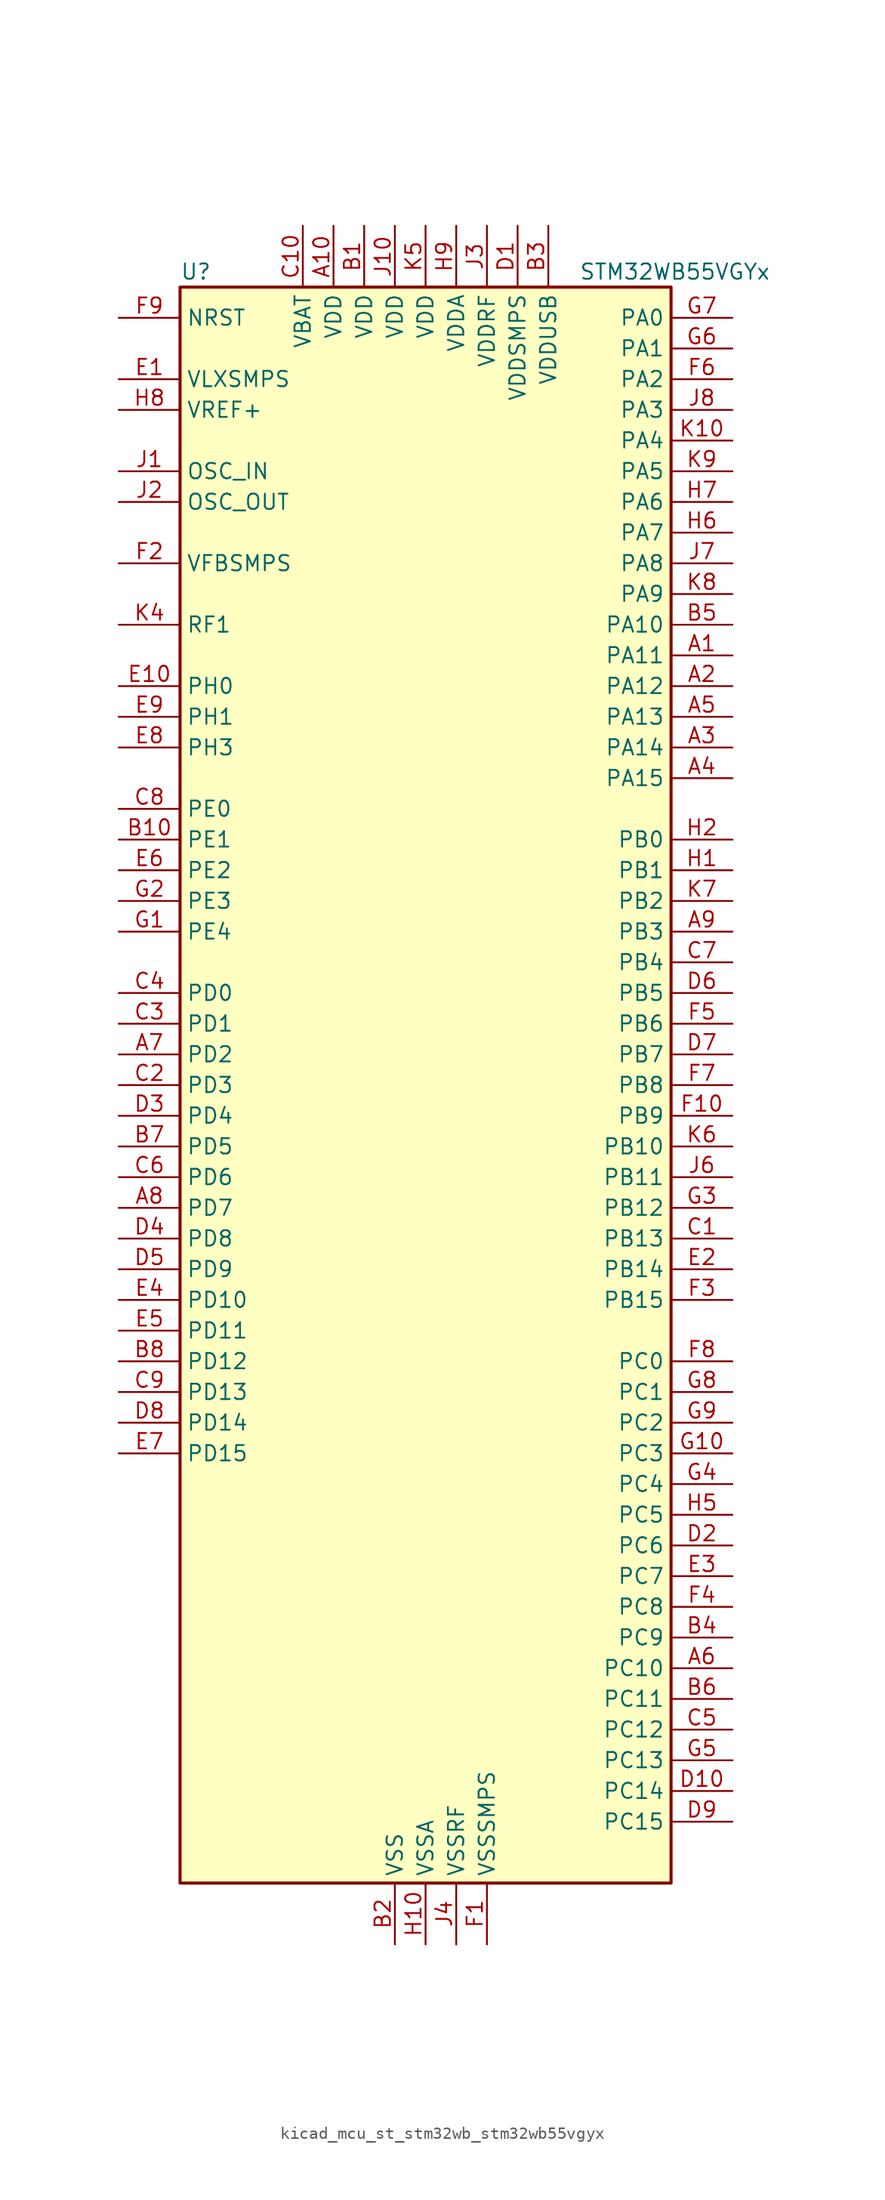
<source format=kicad_sym>
(kicad_symbol_lib
  (version 20220914)
  (generator kicad_symbol_editor)
  (symbol "kicad_mcu_st_stm32wb_stm32wb55vgyx"
    (property "Reference" "U"
      (at -20.32 67.31 0)
      (effects (font (size 1.27 1.27)) (justify left)))
    (property "Value" "STM32WB55VGYx"
      (at 12.7 67.31 0)
      (effects (font (size 1.27 1.27)) (justify left)))
    (property "ki_locked" ""
      (at 0 0 0)
      (effects (font (size 1.27 1.27))))
    (symbol "kicad_mcu_st_stm32wb_stm32wb55vgyx_0_1"
      (rectangle (start -20.32 -66.04) (end 20.32 66.04) (stroke (width 0.254) (type default)) (fill (type background))))
    (symbol "kicad_mcu_st_stm32wb_stm32wb55vgyx_1_1"
      (pin bidirectional line (at 25.4 35.56 180) (length 5.08) (name "PA11" (effects (font (size 1.27 1.27)))) (number "A1" (effects (font (size 1.27 1.27)))) (alternate "ADC1_EXTI11" bidirectional line) (alternate "SPI1_MISO" bidirectional line) (alternate "TIM1_BKIN2" bidirectional line) (alternate "TIM1_CH4" bidirectional line) (alternate "USART1_CTS" bidirectional line) (alternate "USART1_NSS" bidirectional line) (alternate "USB_DM" bidirectional line))
      (pin power_in line (at -7.62 71.12 270) (length 5.08) (name "VDD" (effects (font (size 1.27 1.27)))) (number "A10" (effects (font (size 1.27 1.27)))))
      (pin bidirectional line (at 25.4 33.02 180) (length 5.08) (name "PA12" (effects (font (size 1.27 1.27)))) (number "A2" (effects (font (size 1.27 1.27)))) (alternate "LPUART1_RX" bidirectional line) (alternate "SPI1_MOSI" bidirectional line) (alternate "TIM1_ETR" bidirectional line) (alternate "USART1_DE" bidirectional line) (alternate "USART1_RTS" bidirectional line) (alternate "USB_DP" bidirectional line))
      (pin bidirectional line (at 25.4 27.94 180) (length 5.08) (name "PA14" (effects (font (size 1.27 1.27)))) (number "A3" (effects (font (size 1.27 1.27)))) (alternate "I2C1_SMBA" bidirectional line) (alternate "LCD_SEG5" bidirectional line) (alternate "LPTIM1_OUT" bidirectional line) (alternate "SAI1_FS_B" bidirectional line) (alternate "SYS_JTCK-SWCLK" bidirectional line))
      (pin bidirectional line (at 25.4 25.4 180) (length 5.08) (name "PA15" (effects (font (size 1.27 1.27)))) (number "A4" (effects (font (size 1.27 1.27)))) (alternate "ADC1_EXTI15" bidirectional line) (alternate "LCD_SEG17" bidirectional line) (alternate "RCC_MCO" bidirectional line) (alternate "SPI1_NSS" bidirectional line) (alternate "SYS_JTDI" bidirectional line) (alternate "TIM2_CH1" bidirectional line) (alternate "TIM2_ETR" bidirectional line) (alternate "TSC_G3_IO1" bidirectional line))
      (pin bidirectional line (at 25.4 30.48 180) (length 5.08) (name "PA13" (effects (font (size 1.27 1.27)))) (number "A5" (effects (font (size 1.27 1.27)))) (alternate "IR_OUT" bidirectional line) (alternate "SAI1_SD_B" bidirectional line) (alternate "SYS_JTMS-SWDIO" bidirectional line) (alternate "USB_NOE" bidirectional line))
      (pin bidirectional line (at 25.4 -48.26 180) (length 5.08) (name "PC10" (effects (font (size 1.27 1.27)))) (number "A6" (effects (font (size 1.27 1.27)))) (alternate "LCD_COM4" bidirectional line) (alternate "LCD_SEG28" bidirectional line) (alternate "LCD_SEG40" bidirectional line) (alternate "SYS_TRACED1" bidirectional line) (alternate "TSC_G3_IO2" bidirectional line))
      (pin bidirectional line (at -25.4 2.54 0) (length 5.08) (name "PD2" (effects (font (size 1.27 1.27)))) (number "A7" (effects (font (size 1.27 1.27)))) (alternate "LCD_COM7" bidirectional line) (alternate "LCD_SEG31" bidirectional line) (alternate "LCD_SEG43" bidirectional line) (alternate "SYS_TRACED2" bidirectional line) (alternate "TSC_SYNC" bidirectional line))
      (pin bidirectional line (at -25.4 -10.16 0) (length 5.08) (name "PD7" (effects (font (size 1.27 1.27)))) (number "A8" (effects (font (size 1.27 1.27)))) (alternate "LCD_SEG39" bidirectional line) (alternate "QUADSPI_BK1_IO3" bidirectional line) (alternate "TSC_G5_IO4" bidirectional line))
      (pin bidirectional line (at 25.4 12.7 180) (length 5.08) (name "PB3" (effects (font (size 1.27 1.27)))) (number "A9" (effects (font (size 1.27 1.27)))) (alternate "COMP2_INM" bidirectional line) (alternate "LCD_SEG7" bidirectional line) (alternate "SAI1_SCK_B" bidirectional line) (alternate "SPI1_SCK" bidirectional line) (alternate "SYS_JTDO-SWO" bidirectional line) (alternate "TIM2_CH2" bidirectional line) (alternate "USART1_DE" bidirectional line) (alternate "USART1_RTS" bidirectional line))
      (pin power_in line (at -5.08 71.12 270) (length 5.08) (name "VDD" (effects (font (size 1.27 1.27)))) (number "B1" (effects (font (size 1.27 1.27)))))
      (pin bidirectional line (at -25.4 20.32 0) (length 5.08) (name "PE1" (effects (font (size 1.27 1.27)))) (number "B10" (effects (font (size 1.27 1.27)))) (alternate "LCD_SEG37" bidirectional line) (alternate "TIM17_CH1" bidirectional line) (alternate "TSC_G7_IO2" bidirectional line))
      (pin power_in line (at -2.54 -71.12 90) (length 5.08) (name "VSS" (effects (font (size 1.27 1.27)))) (number "B2" (effects (font (size 1.27 1.27)))))
      (pin power_in line (at 10.16 71.12 270) (length 5.08) (name "VDDUSB" (effects (font (size 1.27 1.27)))) (number "B3" (effects (font (size 1.27 1.27)))))
      (pin bidirectional line (at 25.4 -45.72 180) (length 5.08) (name "PC9" (effects (font (size 1.27 1.27)))) (number "B4" (effects (font (size 1.27 1.27)))) (alternate "LCD_SEG27" bidirectional line) (alternate "SAI1_SCK_B" bidirectional line) (alternate "TIM1_BKIN" bidirectional line) (alternate "TSC_G4_IO4" bidirectional line) (alternate "USB_NOE" bidirectional line))
      (pin bidirectional line (at 25.4 38.1 180) (length 5.08) (name "PA10" (effects (font (size 1.27 1.27)))) (number "B5" (effects (font (size 1.27 1.27)))) (alternate "CRS_SYNC" bidirectional line) (alternate "I2C1_SDA" bidirectional line) (alternate "LCD_COM2" bidirectional line) (alternate "SAI1_D1" bidirectional line) (alternate "SAI1_SD_A" bidirectional line) (alternate "TIM17_BKIN" bidirectional line) (alternate "TIM1_CH3" bidirectional line) (alternate "USART1_RX" bidirectional line))
      (pin bidirectional line (at 25.4 -50.8 180) (length 5.08) (name "PC11" (effects (font (size 1.27 1.27)))) (number "B6" (effects (font (size 1.27 1.27)))) (alternate "ADC1_EXTI11" bidirectional line) (alternate "LCD_COM5" bidirectional line) (alternate "LCD_SEG29" bidirectional line) (alternate "LCD_SEG41" bidirectional line) (alternate "TSC_G3_IO3" bidirectional line))
      (pin bidirectional line (at -25.4 -5.08 0) (length 5.08) (name "PD5" (effects (font (size 1.27 1.27)))) (number "B7" (effects (font (size 1.27 1.27)))) (alternate "QUADSPI_BK1_IO1" bidirectional line) (alternate "SAI1_MCLK_B" bidirectional line) (alternate "TSC_G5_IO2" bidirectional line))
      (pin bidirectional line (at -25.4 -22.86 0) (length 5.08) (name "PD12" (effects (font (size 1.27 1.27)))) (number "B8" (effects (font (size 1.27 1.27)))) (alternate "LCD_SEG32" bidirectional line) (alternate "LPTIM2_IN1" bidirectional line) (alternate "TSC_G6_IO3" bidirectional line))
      (pin passive line (at -2.54 -71.12 90) (length 5.08) hide (name "VSS" (effects (font (size 1.27 1.27)))) (number "B9" (effects (font (size 1.27 1.27)))))
      (pin bidirectional line (at 25.4 -12.7 180) (length 5.08) (name "PB13" (effects (font (size 1.27 1.27)))) (number "C1" (effects (font (size 1.27 1.27)))) (alternate "I2C3_SCL" bidirectional line) (alternate "LCD_SEG13" bidirectional line) (alternate "LPUART1_CTS" bidirectional line) (alternate "SAI1_SCK_A" bidirectional line) (alternate "SPI2_SCK" bidirectional line) (alternate "TIM1_CH1N" bidirectional line) (alternate "TSC_G1_IO2" bidirectional line))
      (pin power_in line (at -10.16 71.12 270) (length 5.08) (name "VBAT" (effects (font (size 1.27 1.27)))) (number "C10" (effects (font (size 1.27 1.27)))))
      (pin bidirectional line (at -25.4 0 0) (length 5.08) (name "PD3" (effects (font (size 1.27 1.27)))) (number "C2" (effects (font (size 1.27 1.27)))) (alternate "QUADSPI_BK1_NCS" bidirectional line) (alternate "SPI2_MISO" bidirectional line) (alternate "SPI2_SCK" bidirectional line))
      (pin bidirectional line (at -25.4 5.08 0) (length 5.08) (name "PD1" (effects (font (size 1.27 1.27)))) (number "C3" (effects (font (size 1.27 1.27)))) (alternate "SPI2_SCK" bidirectional line))
      (pin bidirectional line (at -25.4 7.62 0) (length 5.08) (name "PD0" (effects (font (size 1.27 1.27)))) (number "C4" (effects (font (size 1.27 1.27)))) (alternate "SPI2_NSS" bidirectional line))
      (pin bidirectional line (at 25.4 -53.34 180) (length 5.08) (name "PC12" (effects (font (size 1.27 1.27)))) (number "C5" (effects (font (size 1.27 1.27)))) (alternate "LCD_COM6" bidirectional line) (alternate "LCD_SEG30" bidirectional line) (alternate "LCD_SEG42" bidirectional line) (alternate "RCC_LSCO" bidirectional line) (alternate "RTC_TAMP3" bidirectional line) (alternate "SYS_TRACED3" bidirectional line) (alternate "SYS_WKUP3" bidirectional line) (alternate "TSC_G3_IO4" bidirectional line))
      (pin bidirectional line (at -25.4 -7.62 0) (length 5.08) (name "PD6" (effects (font (size 1.27 1.27)))) (number "C6" (effects (font (size 1.27 1.27)))) (alternate "QUADSPI_BK1_IO2" bidirectional line) (alternate "SAI1_D1" bidirectional line) (alternate "SAI1_SD_A" bidirectional line) (alternate "TSC_G5_IO3" bidirectional line))
      (pin bidirectional line (at 25.4 10.16 180) (length 5.08) (name "PB4" (effects (font (size 1.27 1.27)))) (number "C7" (effects (font (size 1.27 1.27)))) (alternate "COMP2_INP" bidirectional line) (alternate "I2C3_SDA" bidirectional line) (alternate "LCD_SEG8" bidirectional line) (alternate "SAI1_MCLK_B" bidirectional line) (alternate "SPI1_MISO" bidirectional line) (alternate "SYS_JTRST" bidirectional line) (alternate "TIM17_BKIN" bidirectional line) (alternate "TSC_G2_IO1" bidirectional line) (alternate "USART1_CTS" bidirectional line) (alternate "USART1_NSS" bidirectional line))
      (pin bidirectional line (at -25.4 22.86 0) (length 5.08) (name "PE0" (effects (font (size 1.27 1.27)))) (number "C8" (effects (font (size 1.27 1.27)))) (alternate "LCD_SEG36" bidirectional line) (alternate "TIM16_CH1" bidirectional line) (alternate "TIM1_ETR" bidirectional line) (alternate "TSC_G7_IO3" bidirectional line))
      (pin bidirectional line (at -25.4 -25.4 0) (length 5.08) (name "PD13" (effects (font (size 1.27 1.27)))) (number "C9" (effects (font (size 1.27 1.27)))) (alternate "LCD_SEG33" bidirectional line) (alternate "LPTIM2_OUT" bidirectional line) (alternate "TSC_G6_IO4" bidirectional line))
      (pin power_in line (at 7.62 71.12 270) (length 5.08) (name "VDDSMPS" (effects (font (size 1.27 1.27)))) (number "D1" (effects (font (size 1.27 1.27)))))
      (pin bidirectional line (at 25.4 -58.42 180) (length 5.08) (name "PC14" (effects (font (size 1.27 1.27)))) (number "D10" (effects (font (size 1.27 1.27)))) (alternate "RCC_OSC32_IN" bidirectional line))
      (pin bidirectional line (at 25.4 -38.1 180) (length 5.08) (name "PC6" (effects (font (size 1.27 1.27)))) (number "D2" (effects (font (size 1.27 1.27)))) (alternate "LCD_SEG24" bidirectional line) (alternate "TSC_G4_IO1" bidirectional line))
      (pin bidirectional line (at -25.4 -2.54 0) (length 5.08) (name "PD4" (effects (font (size 1.27 1.27)))) (number "D3" (effects (font (size 1.27 1.27)))) (alternate "QUADSPI_BK1_IO0" bidirectional line) (alternate "SPI2_MOSI" bidirectional line) (alternate "TSC_G5_IO1" bidirectional line))
      (pin bidirectional line (at -25.4 -12.7 0) (length 5.08) (name "PD8" (effects (font (size 1.27 1.27)))) (number "D4" (effects (font (size 1.27 1.27)))) (alternate "LCD_SEG28" bidirectional line) (alternate "TIM1_BKIN2" bidirectional line))
      (pin bidirectional line (at -25.4 -15.24 0) (length 5.08) (name "PD9" (effects (font (size 1.27 1.27)))) (number "D5" (effects (font (size 1.27 1.27)))) (alternate "LCD_SEG29" bidirectional line) (alternate "SYS_TRACED0" bidirectional line))
      (pin bidirectional line (at 25.4 7.62 180) (length 5.08) (name "PB5" (effects (font (size 1.27 1.27)))) (number "D6" (effects (font (size 1.27 1.27)))) (alternate "COMP2_OUT" bidirectional line) (alternate "I2C1_SMBA" bidirectional line) (alternate "LCD_SEG9" bidirectional line) (alternate "LPTIM1_IN1" bidirectional line) (alternate "LPUART1_TX" bidirectional line) (alternate "SAI1_SD_B" bidirectional line) (alternate "SPI1_MOSI" bidirectional line) (alternate "TIM16_BKIN" bidirectional line) (alternate "TSC_G2_IO2" bidirectional line) (alternate "USART1_CK" bidirectional line))
      (pin bidirectional line (at 25.4 2.54 180) (length 5.08) (name "PB7" (effects (font (size 1.27 1.27)))) (number "D7" (effects (font (size 1.27 1.27)))) (alternate "COMP2_INM" bidirectional line) (alternate "I2C1_SDA" bidirectional line) (alternate "LCD_SEG21" bidirectional line) (alternate "LPTIM1_IN2" bidirectional line) (alternate "SYS_PVD_IN" bidirectional line) (alternate "TIM17_CH1N" bidirectional line) (alternate "TIM1_BKIN" bidirectional line) (alternate "TSC_G2_IO4" bidirectional line) (alternate "USART1_RX" bidirectional line))
      (pin bidirectional line (at -25.4 -27.94 0) (length 5.08) (name "PD14" (effects (font (size 1.27 1.27)))) (number "D8" (effects (font (size 1.27 1.27)))) (alternate "LCD_SEG34" bidirectional line) (alternate "TIM1_CH1" bidirectional line))
      (pin bidirectional line (at 25.4 -60.96 180) (length 5.08) (name "PC15" (effects (font (size 1.27 1.27)))) (number "D9" (effects (font (size 1.27 1.27)))) (alternate "ADC1_EXTI15" bidirectional line) (alternate "RCC_OSC32_OUT" bidirectional line))
      (pin power_in line (at -25.4 58.42 0) (length 5.08) (name "VLXSMPS" (effects (font (size 1.27 1.27)))) (number "E1" (effects (font (size 1.27 1.27)))))
      (pin bidirectional line (at -25.4 33.02 0) (length 5.08) (name "PH0" (effects (font (size 1.27 1.27)))) (number "E10" (effects (font (size 1.27 1.27)))))
      (pin bidirectional line (at 25.4 -15.24 180) (length 5.08) (name "PB14" (effects (font (size 1.27 1.27)))) (number "E2" (effects (font (size 1.27 1.27)))) (alternate "I2C3_SDA" bidirectional line) (alternate "LCD_SEG14" bidirectional line) (alternate "SAI1_MCLK_A" bidirectional line) (alternate "SPI2_MISO" bidirectional line) (alternate "TIM1_CH2N" bidirectional line) (alternate "TSC_G1_IO3" bidirectional line))
      (pin bidirectional line (at 25.4 -40.64 180) (length 5.08) (name "PC7" (effects (font (size 1.27 1.27)))) (number "E3" (effects (font (size 1.27 1.27)))) (alternate "LCD_SEG25" bidirectional line) (alternate "TSC_G4_IO2" bidirectional line))
      (pin bidirectional line (at -25.4 -17.78 0) (length 5.08) (name "PD10" (effects (font (size 1.27 1.27)))) (number "E4" (effects (font (size 1.27 1.27)))) (alternate "LCD_SEG30" bidirectional line) (alternate "SYS_TRIG_INOUT" bidirectional line) (alternate "TSC_G6_IO1" bidirectional line))
      (pin bidirectional line (at -25.4 -20.32 0) (length 5.08) (name "PD11" (effects (font (size 1.27 1.27)))) (number "E5" (effects (font (size 1.27 1.27)))) (alternate "ADC1_EXTI11" bidirectional line) (alternate "LCD_SEG31" bidirectional line) (alternate "LPTIM2_ETR" bidirectional line) (alternate "TSC_G6_IO2" bidirectional line))
      (pin bidirectional line (at -25.4 17.78 0) (length 5.08) (name "PE2" (effects (font (size 1.27 1.27)))) (number "E6" (effects (font (size 1.27 1.27)))) (alternate "LCD_SEG38" bidirectional line) (alternate "SAI1_CK1" bidirectional line) (alternate "SAI1_MCLK_A" bidirectional line) (alternate "SYS_TRACECLK" bidirectional line) (alternate "TSC_G7_IO1" bidirectional line))
      (pin bidirectional line (at -25.4 -30.48 0) (length 5.08) (name "PD15" (effects (font (size 1.27 1.27)))) (number "E7" (effects (font (size 1.27 1.27)))) (alternate "ADC1_EXTI15" bidirectional line) (alternate "LCD_SEG35" bidirectional line) (alternate "TIM1_CH2" bidirectional line))
      (pin bidirectional line (at -25.4 27.94 0) (length 5.08) (name "PH3" (effects (font (size 1.27 1.27)))) (number "E8" (effects (font (size 1.27 1.27)))) (alternate "RCC_LSCO" bidirectional line))
      (pin bidirectional line (at -25.4 30.48 0) (length 5.08) (name "PH1" (effects (font (size 1.27 1.27)))) (number "E9" (effects (font (size 1.27 1.27)))))
      (pin power_in line (at 5.08 -71.12 90) (length 5.08) (name "VSSSMPS" (effects (font (size 1.27 1.27)))) (number "F1" (effects (font (size 1.27 1.27)))))
      (pin bidirectional line (at 25.4 -2.54 180) (length 5.08) (name "PB9" (effects (font (size 1.27 1.27)))) (number "F10" (effects (font (size 1.27 1.27)))) (alternate "I2C1_SDA" bidirectional line) (alternate "IR_OUT" bidirectional line) (alternate "LCD_COM3" bidirectional line) (alternate "QUADSPI_BK1_IO0" bidirectional line) (alternate "SAI1_D2" bidirectional line) (alternate "SAI1_FS_A" bidirectional line) (alternate "SPI2_NSS" bidirectional line) (alternate "TIM17_CH1" bidirectional line) (alternate "TIM1_CH3N" bidirectional line) (alternate "TSC_G7_IO4" bidirectional line))
      (pin input line (at -25.4 43.18 0) (length 5.08) (name "VFBSMPS" (effects (font (size 1.27 1.27)))) (number "F2" (effects (font (size 1.27 1.27)))))
      (pin bidirectional line (at 25.4 -17.78 180) (length 5.08) (name "PB15" (effects (font (size 1.27 1.27)))) (number "F3" (effects (font (size 1.27 1.27)))) (alternate "ADC1_EXTI15" bidirectional line) (alternate "LCD_SEG15" bidirectional line) (alternate "RTC_REFIN" bidirectional line) (alternate "SAI1_SD_A" bidirectional line) (alternate "SPI2_MOSI" bidirectional line) (alternate "TIM1_CH3N" bidirectional line) (alternate "TSC_G1_IO4" bidirectional line))
      (pin bidirectional line (at 25.4 -43.18 180) (length 5.08) (name "PC8" (effects (font (size 1.27 1.27)))) (number "F4" (effects (font (size 1.27 1.27)))) (alternate "LCD_SEG26" bidirectional line) (alternate "TSC_G4_IO3" bidirectional line))
      (pin bidirectional line (at 25.4 5.08 180) (length 5.08) (name "PB6" (effects (font (size 1.27 1.27)))) (number "F5" (effects (font (size 1.27 1.27)))) (alternate "COMP2_INP" bidirectional line) (alternate "I2C1_SCL" bidirectional line) (alternate "LCD_SEG6" bidirectional line) (alternate "LPTIM1_ETR" bidirectional line) (alternate "RCC_MCO" bidirectional line) (alternate "SAI1_FS_B" bidirectional line) (alternate "TIM16_CH1N" bidirectional line) (alternate "TSC_G2_IO3" bidirectional line) (alternate "USART1_TX" bidirectional line))
      (pin bidirectional line (at 25.4 58.42 180) (length 5.08) (name "PA2" (effects (font (size 1.27 1.27)))) (number "F6" (effects (font (size 1.27 1.27)))) (alternate "ADC1_IN7" bidirectional line) (alternate "COMP2_INM" bidirectional line) (alternate "COMP2_OUT" bidirectional line) (alternate "LCD_SEG1" bidirectional line) (alternate "LPUART1_TX" bidirectional line) (alternate "QUADSPI_BK1_NCS" bidirectional line) (alternate "RCC_LSCO" bidirectional line) (alternate "SYS_WKUP4" bidirectional line) (alternate "TIM2_CH3" bidirectional line))
      (pin bidirectional line (at 25.4 0 180) (length 5.08) (name "PB8" (effects (font (size 1.27 1.27)))) (number "F7" (effects (font (size 1.27 1.27)))) (alternate "I2C1_SCL" bidirectional line) (alternate "LCD_SEG16" bidirectional line) (alternate "QUADSPI_BK1_IO1" bidirectional line) (alternate "SAI1_CK1" bidirectional line) (alternate "SAI1_MCLK_A" bidirectional line) (alternate "TIM16_CH1" bidirectional line) (alternate "TIM1_CH2N" bidirectional line))
      (pin bidirectional line (at 25.4 -22.86 180) (length 5.08) (name "PC0" (effects (font (size 1.27 1.27)))) (number "F8" (effects (font (size 1.27 1.27)))) (alternate "ADC1_IN1" bidirectional line) (alternate "I2C3_SCL" bidirectional line) (alternate "LCD_SEG18" bidirectional line) (alternate "LPTIM1_IN1" bidirectional line) (alternate "LPTIM2_IN1" bidirectional line) (alternate "LPUART1_RX" bidirectional line))
      (pin input line (at -25.4 63.5 0) (length 5.08) (name "NRST" (effects (font (size 1.27 1.27)))) (number "F9" (effects (font (size 1.27 1.27)))))
      (pin bidirectional line (at -25.4 12.7 0) (length 5.08) (name "PE4" (effects (font (size 1.27 1.27)))) (number "G1" (effects (font (size 1.27 1.27)))))
      (pin bidirectional line (at 25.4 -30.48 180) (length 5.08) (name "PC3" (effects (font (size 1.27 1.27)))) (number "G10" (effects (font (size 1.27 1.27)))) (alternate "ADC1_IN4" bidirectional line) (alternate "LCD_VLCD" bidirectional line) (alternate "LPTIM1_ETR" bidirectional line) (alternate "LPTIM2_ETR" bidirectional line) (alternate "SAI1_D1" bidirectional line) (alternate "SAI1_SD_A" bidirectional line) (alternate "SPI2_MOSI" bidirectional line))
      (pin bidirectional line (at -25.4 15.24 0) (length 5.08) (name "PE3" (effects (font (size 1.27 1.27)))) (number "G2" (effects (font (size 1.27 1.27)))))
      (pin bidirectional line (at 25.4 -10.16 180) (length 5.08) (name "PB12" (effects (font (size 1.27 1.27)))) (number "G3" (effects (font (size 1.27 1.27)))) (alternate "I2C3_SMBA" bidirectional line) (alternate "LCD_SEG12" bidirectional line) (alternate "LPUART1_DE" bidirectional line) (alternate "LPUART1_RTS" bidirectional line) (alternate "SAI1_FS_A" bidirectional line) (alternate "SPI2_NSS" bidirectional line) (alternate "TIM1_BKIN" bidirectional line) (alternate "TSC_G1_IO1" bidirectional line))
      (pin bidirectional line (at 25.4 -33.02 180) (length 5.08) (name "PC4" (effects (font (size 1.27 1.27)))) (number "G4" (effects (font (size 1.27 1.27)))) (alternate "ADC1_IN13" bidirectional line) (alternate "COMP1_INM" bidirectional line) (alternate "LCD_SEG22" bidirectional line))
      (pin bidirectional line (at 25.4 -55.88 180) (length 5.08) (name "PC13" (effects (font (size 1.27 1.27)))) (number "G5" (effects (font (size 1.27 1.27)))) (alternate "RTC_OUT1" bidirectional line) (alternate "RTC_TAMP1" bidirectional line) (alternate "RTC_TS" bidirectional line) (alternate "SYS_WKUP2" bidirectional line))
      (pin bidirectional line (at 25.4 60.96 180) (length 5.08) (name "PA1" (effects (font (size 1.27 1.27)))) (number "G6" (effects (font (size 1.27 1.27)))) (alternate "ADC1_IN6" bidirectional line) (alternate "COMP1_INP" bidirectional line) (alternate "I2C1_SMBA" bidirectional line) (alternate "LCD_SEG0" bidirectional line) (alternate "SPI1_SCK" bidirectional line) (alternate "TIM2_CH2" bidirectional line))
      (pin bidirectional line (at 25.4 63.5 180) (length 5.08) (name "PA0" (effects (font (size 1.27 1.27)))) (number "G7" (effects (font (size 1.27 1.27)))) (alternate "ADC1_IN5" bidirectional line) (alternate "COMP1_INM" bidirectional line) (alternate "COMP1_OUT" bidirectional line) (alternate "RTC_TAMP2" bidirectional line) (alternate "SAI1_EXTCLK" bidirectional line) (alternate "SYS_WKUP1" bidirectional line) (alternate "TIM2_CH1" bidirectional line) (alternate "TIM2_ETR" bidirectional line))
      (pin bidirectional line (at 25.4 -25.4 180) (length 5.08) (name "PC1" (effects (font (size 1.27 1.27)))) (number "G8" (effects (font (size 1.27 1.27)))) (alternate "ADC1_IN2" bidirectional line) (alternate "I2C3_SDA" bidirectional line) (alternate "LCD_SEG19" bidirectional line) (alternate "LPTIM1_OUT" bidirectional line) (alternate "LPUART1_TX" bidirectional line) (alternate "SPI2_MOSI" bidirectional line))
      (pin bidirectional line (at 25.4 -27.94 180) (length 5.08) (name "PC2" (effects (font (size 1.27 1.27)))) (number "G9" (effects (font (size 1.27 1.27)))) (alternate "ADC1_IN3" bidirectional line) (alternate "LCD_SEG20" bidirectional line) (alternate "LPTIM1_IN2" bidirectional line) (alternate "SPI2_MISO" bidirectional line))
      (pin bidirectional line (at 25.4 17.78 180) (length 5.08) (name "PB1" (effects (font (size 1.27 1.27)))) (number "H1" (effects (font (size 1.27 1.27)))) (alternate "LPTIM2_IN1" bidirectional line) (alternate "LPUART1_DE" bidirectional line) (alternate "LPUART1_RTS" bidirectional line))
      (pin power_in line (at 0 -71.12 90) (length 5.08) (name "VSSA" (effects (font (size 1.27 1.27)))) (number "H10" (effects (font (size 1.27 1.27)))))
      (pin bidirectional line (at 25.4 20.32 180) (length 5.08) (name "PB0" (effects (font (size 1.27 1.27)))) (number "H2" (effects (font (size 1.27 1.27)))) (alternate "COMP1_OUT" bidirectional line) (alternate "RF_TX_MOD_EXT_PA" bidirectional line))
      (pin no_connect line (at -20.32 -66.04 0) (length 5.08) hide (name "AT0" (effects (font (size 1.27 1.27)))) (number "H3" (effects (font (size 1.27 1.27)))))
      (pin no_connect line (at -20.32 -63.5 0) (length 5.08) hide (name "AT1" (effects (font (size 1.27 1.27)))) (number "H4" (effects (font (size 1.27 1.27)))))
      (pin bidirectional line (at 25.4 -35.56 180) (length 5.08) (name "PC5" (effects (font (size 1.27 1.27)))) (number "H5" (effects (font (size 1.27 1.27)))) (alternate "ADC1_IN14" bidirectional line) (alternate "COMP1_INP" bidirectional line) (alternate "LCD_SEG23" bidirectional line) (alternate "SAI1_D3" bidirectional line) (alternate "SYS_WKUP5" bidirectional line))
      (pin bidirectional line (at 25.4 45.72 180) (length 5.08) (name "PA7" (effects (font (size 1.27 1.27)))) (number "H6" (effects (font (size 1.27 1.27)))) (alternate "ADC1_IN12" bidirectional line) (alternate "COMP2_OUT" bidirectional line) (alternate "I2C3_SCL" bidirectional line) (alternate "LCD_SEG4" bidirectional line) (alternate "QUADSPI_BK1_IO2" bidirectional line) (alternate "SPI1_MOSI" bidirectional line) (alternate "TIM17_CH1" bidirectional line) (alternate "TIM1_CH1N" bidirectional line))
      (pin bidirectional line (at 25.4 48.26 180) (length 5.08) (name "PA6" (effects (font (size 1.27 1.27)))) (number "H7" (effects (font (size 1.27 1.27)))) (alternate "ADC1_IN11" bidirectional line) (alternate "LCD_SEG3" bidirectional line) (alternate "LPUART1_CTS" bidirectional line) (alternate "QUADSPI_BK1_IO3" bidirectional line) (alternate "SPI1_MISO" bidirectional line) (alternate "TIM16_CH1" bidirectional line) (alternate "TIM1_BKIN" bidirectional line))
      (pin input line (at -25.4 55.88 0) (length 5.08) (name "VREF+" (effects (font (size 1.27 1.27)))) (number "H8" (effects (font (size 1.27 1.27)))) (alternate "VREFBUF_OUT" bidirectional line))
      (pin power_in line (at 2.54 71.12 270) (length 5.08) (name "VDDA" (effects (font (size 1.27 1.27)))) (number "H9" (effects (font (size 1.27 1.27)))))
      (pin input line (at -25.4 50.8 0) (length 5.08) (name "OSC_IN" (effects (font (size 1.27 1.27)))) (number "J1" (effects (font (size 1.27 1.27)))) (alternate "RCC_OSC_IN" bidirectional line))
      (pin power_in line (at -2.54 71.12 270) (length 5.08) (name "VDD" (effects (font (size 1.27 1.27)))) (number "J10" (effects (font (size 1.27 1.27)))))
      (pin input line (at -25.4 48.26 0) (length 5.08) (name "OSC_OUT" (effects (font (size 1.27 1.27)))) (number "J2" (effects (font (size 1.27 1.27)))) (alternate "RCC_OSC_OUT" bidirectional line))
      (pin power_in line (at 5.08 71.12 270) (length 5.08) (name "VDDRF" (effects (font (size 1.27 1.27)))) (number "J3" (effects (font (size 1.27 1.27)))))
      (pin power_in line (at 2.54 -71.12 90) (length 5.08) (name "VSSRF" (effects (font (size 1.27 1.27)))) (number "J4" (effects (font (size 1.27 1.27)))))
      (pin passive line (at -2.54 -71.12 90) (length 5.08) hide (name "VSS" (effects (font (size 1.27 1.27)))) (number "J5" (effects (font (size 1.27 1.27)))))
      (pin bidirectional line (at 25.4 -7.62 180) (length 5.08) (name "PB11" (effects (font (size 1.27 1.27)))) (number "J6" (effects (font (size 1.27 1.27)))) (alternate "ADC1_EXTI11" bidirectional line) (alternate "COMP2_OUT" bidirectional line) (alternate "I2C3_SDA" bidirectional line) (alternate "LCD_SEG11" bidirectional line) (alternate "LPUART1_TX" bidirectional line) (alternate "QUADSPI_BK1_NCS" bidirectional line) (alternate "TIM2_CH4" bidirectional line))
      (pin bidirectional line (at 25.4 43.18 180) (length 5.08) (name "PA8" (effects (font (size 1.27 1.27)))) (number "J7" (effects (font (size 1.27 1.27)))) (alternate "ADC1_IN15" bidirectional line) (alternate "LCD_COM0" bidirectional line) (alternate "LPTIM2_OUT" bidirectional line) (alternate "RCC_MCO" bidirectional line) (alternate "SAI1_CK2" bidirectional line) (alternate "SAI1_SCK_A" bidirectional line) (alternate "TIM1_CH1" bidirectional line) (alternate "USART1_CK" bidirectional line))
      (pin bidirectional line (at 25.4 55.88 180) (length 5.08) (name "PA3" (effects (font (size 1.27 1.27)))) (number "J8" (effects (font (size 1.27 1.27)))) (alternate "ADC1_IN8" bidirectional line) (alternate "COMP2_INP" bidirectional line) (alternate "LCD_SEG2" bidirectional line) (alternate "LPUART1_RX" bidirectional line) (alternate "QUADSPI_CLK" bidirectional line) (alternate "SAI1_CK1" bidirectional line) (alternate "SAI1_MCLK_A" bidirectional line) (alternate "TIM2_CH4" bidirectional line))
      (pin passive line (at -2.54 -71.12 90) (length 5.08) hide (name "VSS" (effects (font (size 1.27 1.27)))) (number "J9" (effects (font (size 1.27 1.27)))))
      (pin passive line (at 2.54 -71.12 90) (length 5.08) hide (name "VSSRF" (effects (font (size 1.27 1.27)))) (number "K1" (effects (font (size 1.27 1.27)))))
      (pin bidirectional line (at 25.4 53.34 180) (length 5.08) (name "PA4" (effects (font (size 1.27 1.27)))) (number "K10" (effects (font (size 1.27 1.27)))) (alternate "ADC1_IN9" bidirectional line) (alternate "COMP1_INM" bidirectional line) (alternate "COMP2_INM" bidirectional line) (alternate "LCD_SEG5" bidirectional line) (alternate "LPTIM2_OUT" bidirectional line) (alternate "SAI1_FS_B" bidirectional line) (alternate "SPI1_NSS" bidirectional line))
      (pin passive line (at 2.54 -71.12 90) (length 5.08) hide (name "VSSRF" (effects (font (size 1.27 1.27)))) (number "K2" (effects (font (size 1.27 1.27)))))
      (pin passive line (at 2.54 -71.12 90) (length 5.08) hide (name "VSSRF" (effects (font (size 1.27 1.27)))) (number "K3" (effects (font (size 1.27 1.27)))))
      (pin bidirectional line (at -25.4 38.1 0) (length 5.08) (name "RF1" (effects (font (size 1.27 1.27)))) (number "K4" (effects (font (size 1.27 1.27)))) (alternate "RF_RF1" bidirectional line))
      (pin power_in line (at 0 71.12 270) (length 5.08) (name "VDD" (effects (font (size 1.27 1.27)))) (number "K5" (effects (font (size 1.27 1.27)))))
      (pin bidirectional line (at 25.4 -5.08 180) (length 5.08) (name "PB10" (effects (font (size 1.27 1.27)))) (number "K6" (effects (font (size 1.27 1.27)))) (alternate "COMP1_OUT" bidirectional line) (alternate "I2C3_SCL" bidirectional line) (alternate "LCD_SEG10" bidirectional line) (alternate "LPUART1_RX" bidirectional line) (alternate "QUADSPI_CLK" bidirectional line) (alternate "SAI1_SCK_A" bidirectional line) (alternate "SPI2_SCK" bidirectional line) (alternate "TIM2_CH3" bidirectional line) (alternate "TSC_SYNC" bidirectional line))
      (pin bidirectional line (at 25.4 15.24 180) (length 5.08) (name "PB2" (effects (font (size 1.27 1.27)))) (number "K7" (effects (font (size 1.27 1.27)))) (alternate "COMP1_INP" bidirectional line) (alternate "I2C3_SMBA" bidirectional line) (alternate "LCD_VLCD" bidirectional line) (alternate "LPTIM1_OUT" bidirectional line) (alternate "RTC_OUT2" bidirectional line) (alternate "SAI1_EXTCLK" bidirectional line) (alternate "SPI1_NSS" bidirectional line))
      (pin bidirectional line (at 25.4 40.64 180) (length 5.08) (name "PA9" (effects (font (size 1.27 1.27)))) (number "K8" (effects (font (size 1.27 1.27)))) (alternate "ADC1_IN16" bidirectional line) (alternate "COMP1_INM" bidirectional line) (alternate "I2C1_SCL" bidirectional line) (alternate "LCD_COM1" bidirectional line) (alternate "SAI1_D2" bidirectional line) (alternate "SAI1_FS_A" bidirectional line) (alternate "SPI2_SCK" bidirectional line) (alternate "TIM1_CH2" bidirectional line) (alternate "USART1_TX" bidirectional line))
      (pin bidirectional line (at 25.4 50.8 180) (length 5.08) (name "PA5" (effects (font (size 1.27 1.27)))) (number "K9" (effects (font (size 1.27 1.27)))) (alternate "ADC1_IN10" bidirectional line) (alternate "COMP1_INM" bidirectional line) (alternate "COMP2_INM" bidirectional line) (alternate "LPTIM2_ETR" bidirectional line) (alternate "SAI1_SD_B" bidirectional line) (alternate "SPI1_SCK" bidirectional line) (alternate "TIM2_CH1" bidirectional line) (alternate "TIM2_ETR" bidirectional line)))))
</source>
